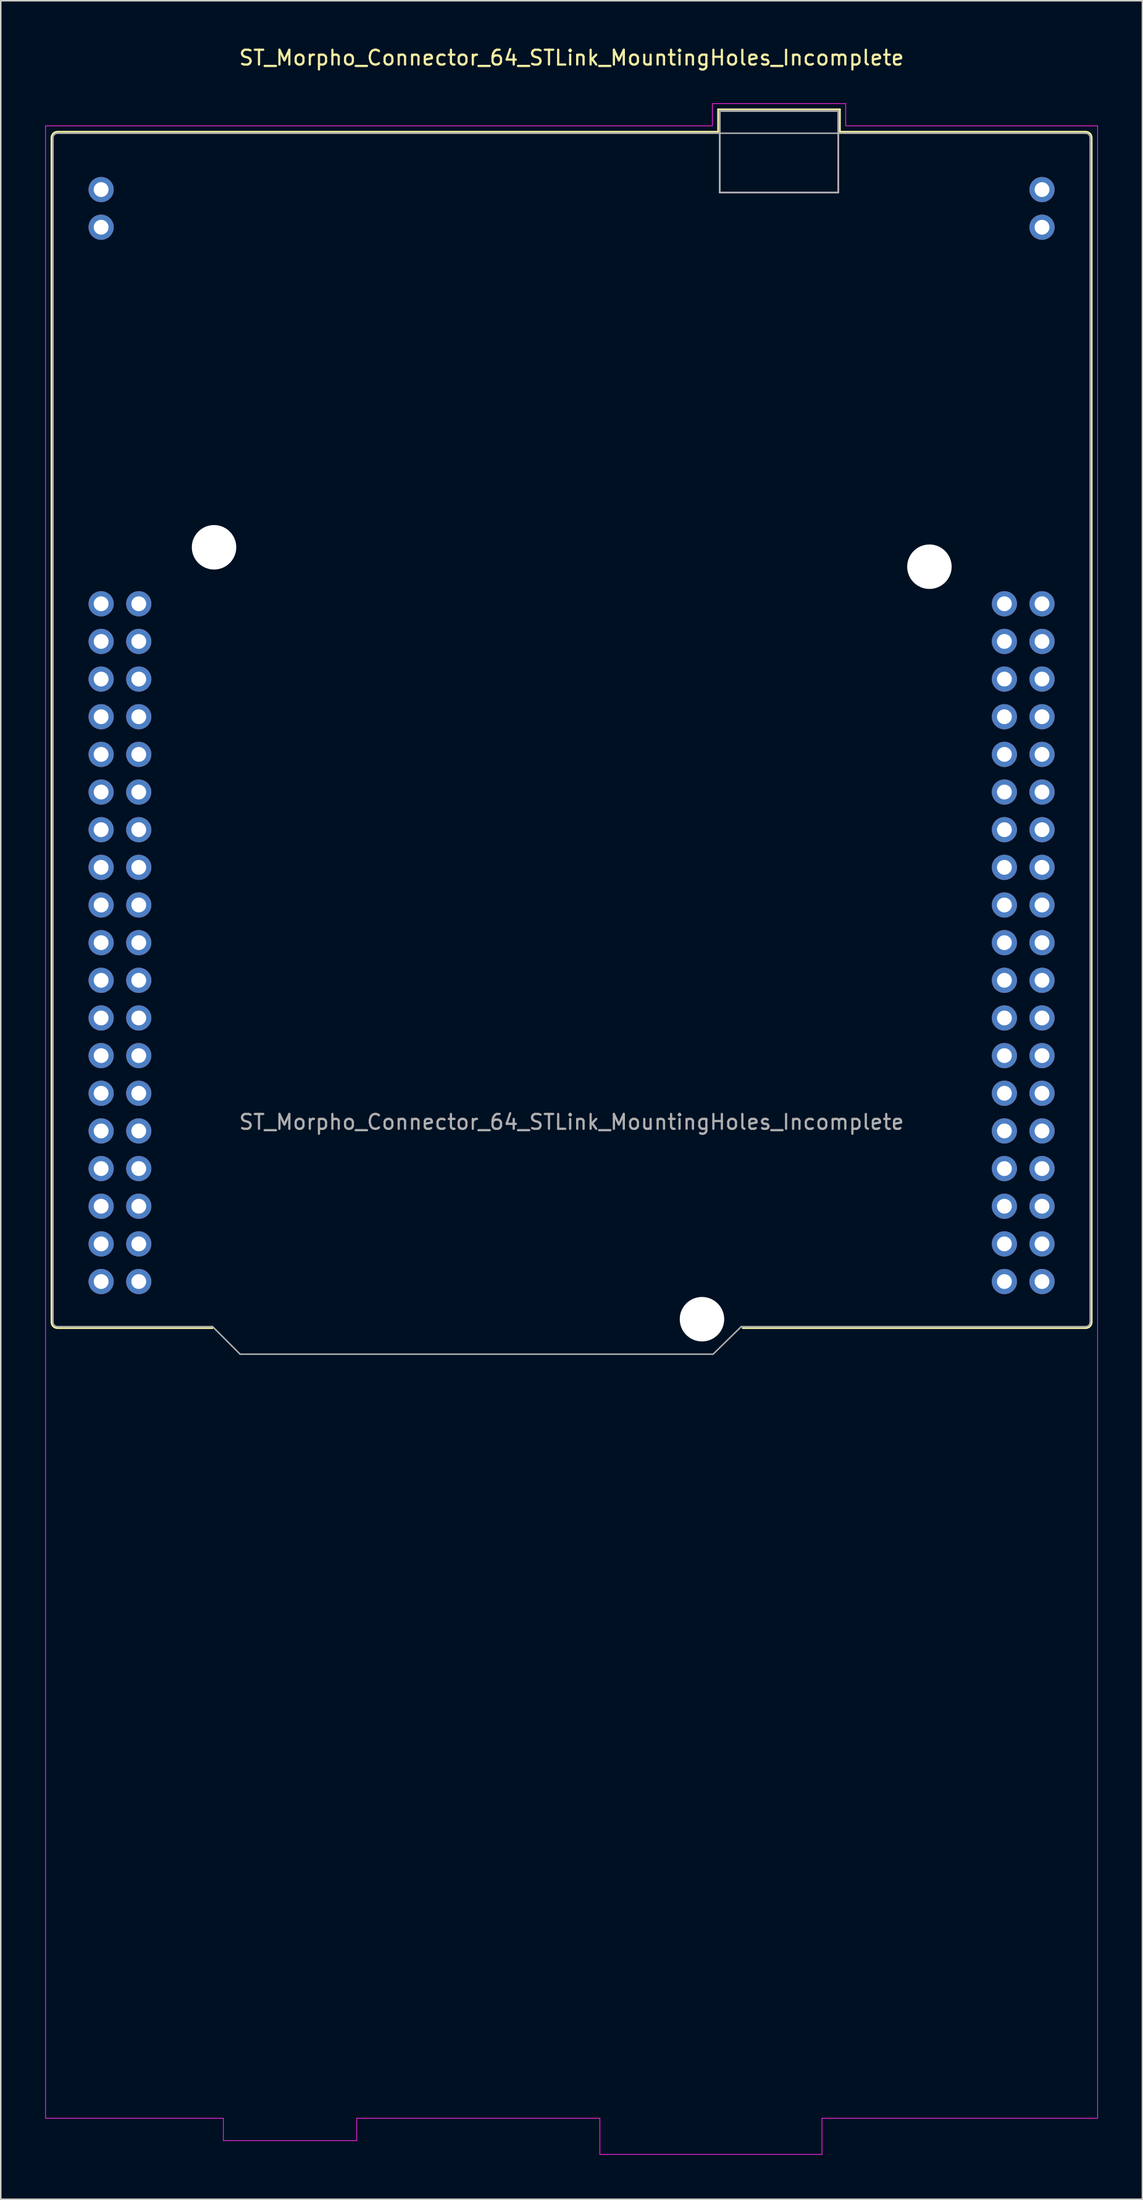
<source format=kicad_pcb>
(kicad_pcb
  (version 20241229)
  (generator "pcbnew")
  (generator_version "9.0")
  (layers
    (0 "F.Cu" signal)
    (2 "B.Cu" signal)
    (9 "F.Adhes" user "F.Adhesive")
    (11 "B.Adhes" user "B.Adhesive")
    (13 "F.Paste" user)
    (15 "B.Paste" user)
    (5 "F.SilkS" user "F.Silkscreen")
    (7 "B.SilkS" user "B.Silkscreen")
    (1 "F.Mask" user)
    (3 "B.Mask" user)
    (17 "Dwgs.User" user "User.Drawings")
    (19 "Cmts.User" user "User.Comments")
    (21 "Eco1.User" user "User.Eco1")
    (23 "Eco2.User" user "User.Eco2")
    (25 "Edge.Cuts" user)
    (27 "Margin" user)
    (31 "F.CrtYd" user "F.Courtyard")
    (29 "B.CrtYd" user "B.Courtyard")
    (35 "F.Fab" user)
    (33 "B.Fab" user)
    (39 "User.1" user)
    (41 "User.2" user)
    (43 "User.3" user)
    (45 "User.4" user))
  (footprint "ST_Morpho_Connector_64_STLink_MountingHoles_Incomplete"
    (layer "F.Cu")
    (at 3.775 83.398)
    (property "Reference" "ST_Morpho_Connector_64_STLink_MountingHoles_Incomplete" (at 31.75 -82.55 0) (layer "F.SilkS") (effects (font (size 1 1) (thickness 0.15))))
    (attr through_hole)
    (fp_line (start -3.35 -77.16) (end -3.35 2.74) (stroke (width 0.12) (type solid)) (layer "F.SilkS"))
    (fp_line (start 7.52 3.14) (end -2.95 3.14) (stroke (width 0.12) (type solid)) (layer "F.SilkS"))
    (fp_line (start 41.64 -79.07) (end 49.86 -79.07) (stroke (width 0.12) (type solid)) (layer "F.SilkS"))
    (fp_line (start 41.64 -77.56) (end -2.95 -77.56) (stroke (width 0.12) (type solid)) (layer "F.SilkS"))
    (fp_line (start 41.64 -77.56) (end 41.64 -79.07) (stroke (width 0.12) (type solid)) (layer "F.SilkS"))
    (fp_line (start 43.3 3.14) (end 66.45 3.14) (stroke (width 0.12) (type solid)) (layer "F.SilkS"))
    (fp_line (start 49.86 -79.07) (end 49.86 -77.56) (stroke (width 0.12) (type solid)) (layer "F.SilkS"))
    (fp_line (start 49.86 -77.56) (end 66.45 -77.56) (stroke (width 0.12) (type solid)) (layer "F.SilkS"))
    (fp_line (start 66.85 2.74) (end 66.85 -77.16) (stroke (width 0.12) (type solid)) (layer "F.SilkS"))
    (fp_arc (start -3.35 -77.16) (mid -3.232843 -77.442843) (end -2.95 -77.56) (stroke (width 0.12) (type solid)) (layer "F.SilkS"))
    (fp_arc (start -2.95 3.14) (mid -3.232843 3.022843) (end -3.35 2.74) (stroke (width 0.12) (type solid)) (layer "F.SilkS"))
    (fp_arc (start 66.45 -77.56) (mid 66.732843 -77.442843) (end 66.85 -77.16) (stroke (width 0.12) (type solid)) (layer "F.SilkS"))
    (fp_arc (start 66.85 2.74) (mid 66.732843 3.022843) (end 66.45 3.14) (stroke (width 0.12) (type solid)) (layer "F.SilkS"))
    (fp_line (start -3.75 -77.96) (end -3.75 56.44) (stroke (width 0.05) (type solid)) (layer "F.CrtYd"))
    (fp_line (start -3.75 56.44) (end 8.25 56.44) (stroke (width 0.05) (type solid)) (layer "F.CrtYd"))
    (fp_line (start 8.25 56.44) (end 8.25 57.95) (stroke (width 0.05) (type solid)) (layer "F.CrtYd"))
    (fp_line (start 8.25 57.95) (end 17.25 57.95) (stroke (width 0.05) (type solid)) (layer "F.CrtYd"))
    (fp_line (start 17.25 56.44) (end 17.25 57.95) (stroke (width 0.05) (type solid)) (layer "F.CrtYd"))
    (fp_line (start 17.25 56.44) (end 33.66 56.44) (stroke (width 0.05) (type solid)) (layer "F.CrtYd"))
    (fp_line (start 33.66 58.88) (end 33.66 56.44) (stroke (width 0.05) (type solid)) (layer "F.CrtYd"))
    (fp_line (start 33.66 58.88) (end 48.65 58.88) (stroke (width 0.05) (type solid)) (layer "F.CrtYd"))
    (fp_line (start 41.25 -79.46) (end 50.25 -79.46) (stroke (width 0.05) (type solid)) (layer "F.CrtYd"))
    (fp_line (start 41.25 -77.96) (end -3.75 -77.96) (stroke (width 0.05) (type solid)) (layer "F.CrtYd"))
    (fp_line (start 41.25 -77.96) (end 41.25 -79.46) (stroke (width 0.05) (type solid)) (layer "F.CrtYd"))
    (fp_line (start 48.65 56.44) (end 48.65 58.88) (stroke (width 0.05) (type solid)) (layer "F.CrtYd"))
    (fp_line (start 50.25 -77.96) (end 50.25 -79.46) (stroke (width 0.05) (type solid)) (layer "F.CrtYd"))
    (fp_line (start 50.25 -77.96) (end 67.25 -77.96) (stroke (width 0.05) (type solid)) (layer "F.CrtYd"))
    (fp_line (start 67.25 56.44) (end 48.65 56.44) (stroke (width 0.05) (type solid)) (layer "F.CrtYd"))
    (fp_line (start 67.25 56.44) (end 67.25 -77.96) (stroke (width 0.05) (type solid)) (layer "F.CrtYd"))
    (fp_line (start -3.25 2.74) (end -3.25 -77.16) (stroke (width 0.1) (type solid)) (layer "F.Fab"))
    (fp_line (start 7.52 3.04) (end -2.95 3.04) (stroke (width 0.1) (type solid)) (layer "F.Fab"))
    (fp_line (start 7.52 3.04) (end 9.38 4.9) (stroke (width 0.1) (type solid)) (layer "F.Fab"))
    (fp_line (start 9.38 4.9) (end 41.3 4.9) (stroke (width 0.1) (type solid)) (layer "F.Fab"))
    (fp_line (start 41.3 4.9) (end 43.2 3.04) (stroke (width 0.1) (type solid)) (layer "F.Fab"))
    (fp_line (start 41.75 -78.96) (end 49.75 -78.96) (stroke (width 0.12) (type solid)) (layer "F.Fab"))
    (fp_line (start 41.75 -73.46) (end 41.75 -78.96) (stroke (width 0.12) (type solid)) (layer "F.Fab"))
    (fp_line (start 41.75 -73.46) (end 49.75 -73.46) (stroke (width 0.12) (type solid)) (layer "F.Fab"))
    (fp_line (start 49.75 -78.96) (end 49.75 -73.46) (stroke (width 0.12) (type solid)) (layer "F.Fab"))
    (fp_line (start 66.45 -77.46) (end -2.95 -77.46) (stroke (width 0.1) (type solid)) (layer "F.Fab"))
    (fp_line (start 66.45 3.04) (end 43.2 3.04) (stroke (width 0.1) (type solid)) (layer "F.Fab"))
    (fp_line (start 66.75 2.74) (end 66.75 -77.16) (stroke (width 0.1) (type solid)) (layer "F.Fab"))
    (fp_arc (start -3.25 -77.16) (mid -3.162132 -77.372132) (end -2.95 -77.46) (stroke (width 0.1) (type solid)) (layer "F.Fab"))
    (fp_arc (start -2.95 3.04) (mid -3.162132 2.952132) (end -3.25 2.74) (stroke (width 0.1) (type solid)) (layer "F.Fab"))
    (fp_arc (start 66.45 -77.46) (mid 66.662132 -77.372132) (end 66.75 -77.16) (stroke (width 0.1) (type solid)) (layer "F.Fab"))
    (fp_arc (start 66.75 2.74) (mid 66.662132 2.952132) (end 66.45 3.04) (stroke (width 0.1) (type solid)) (layer "F.Fab"))
    (fp_text user "${REFERENCE}" (at 31.75 -10.76 0) (layer "F.Fab") (effects (font (size 1 1) (thickness 0.15))))
    (pad "" np_thru_hole circle (at 7.62 -49.53) (size 3 3) (drill 3) (layers "*.Cu" "*.Mask"))
    (pad "" np_thru_hole circle (at 40.55 2.54) (size 3 3) (drill 3) (layers "*.Cu" "*.Mask"))
    (pad "" np_thru_hole circle (at 55.9 -48.22) (size 3 3) (drill 3) (layers "*.Cu" "*.Mask"))
    (pad "1" thru_hole circle (at 0 -45.72) (size 1.7 1.7) (drill 1) (layers "*.Cu" "*.Mask"))
    (pad "2" thru_hole circle (at 2.54 -45.72) (size 1.7 1.7) (drill 1) (layers "*.Cu" "*.Mask"))
    (pad "3" thru_hole circle (at 0 -43.18) (size 1.7 1.7) (drill 1) (layers "*.Cu" "*.Mask"))
    (pad "4" thru_hole circle (at 2.54 -43.18) (size 1.7 1.7) (drill 1) (layers "*.Cu" "*.Mask"))
    (pad "5" thru_hole circle (at 0 -40.64) (size 1.7 1.7) (drill 1) (layers "*.Cu" "*.Mask"))
    (pad "6" thru_hole circle (at 2.54 -40.64) (size 1.7 1.7) (drill 1) (layers "*.Cu" "*.Mask"))
    (pad "7" thru_hole circle (at 0 -38.1) (size 1.7 1.7) (drill 1) (layers "*.Cu" "*.Mask"))
    (pad "8" thru_hole circle (at 2.54 -38.1) (size 1.7 1.7) (drill 1) (layers "*.Cu" "*.Mask"))
    (pad "9" thru_hole circle (at 0 -35.56) (size 1.7 1.7) (drill 1) (layers "*.Cu" "*.Mask"))
    (pad "10" thru_hole circle (at 2.54 -35.56) (size 1.7 1.7) (drill 1) (layers "*.Cu" "*.Mask"))
    (pad "11" thru_hole circle (at 0 -33.02) (size 1.7 1.7) (drill 1) (layers "*.Cu" "*.Mask"))
    (pad "12" thru_hole circle (at 2.54 -33.02) (size 1.7 1.7) (drill 1) (layers "*.Cu" "*.Mask"))
    (pad "13" thru_hole circle (at 0 -30.48) (size 1.7 1.7) (drill 1) (layers "*.Cu" "*.Mask"))
    (pad "14" thru_hole circle (at 2.54 -30.48) (size 1.7 1.7) (drill 1) (layers "*.Cu" "*.Mask"))
    (pad "15" thru_hole circle (at 0 -27.94) (size 1.7 1.7) (drill 1) (layers "*.Cu" "*.Mask"))
    (pad "16" thru_hole circle (at 2.54 -27.94) (size 1.7 1.7) (drill 1) (layers "*.Cu" "*.Mask"))
    (pad "17" thru_hole circle (at 0 -25.4) (size 1.7 1.7) (drill 1) (layers "*.Cu" "*.Mask"))
    (pad "18" thru_hole circle (at 2.54 -25.4) (size 1.7 1.7) (drill 1) (layers "*.Cu" "*.Mask"))
    (pad "19" thru_hole circle (at 0 -22.86) (size 1.7 1.7) (drill 1) (layers "*.Cu" "*.Mask"))
    (pad "20" thru_hole circle (at 2.54 -22.86) (size 1.7 1.7) (drill 1) (layers "*.Cu" "*.Mask"))
    (pad "21" thru_hole circle (at 0 -20.32) (size 1.7 1.7) (drill 1) (layers "*.Cu" "*.Mask"))
    (pad "22" thru_hole circle (at 2.54 -20.32) (size 1.7 1.7) (drill 1) (layers "*.Cu" "*.Mask"))
    (pad "23" thru_hole circle (at 0 -17.78) (size 1.7 1.7) (drill 1) (layers "*.Cu" "*.Mask"))
    (pad "24" thru_hole circle (at 2.54 -17.78) (size 1.7 1.7) (drill 1) (layers "*.Cu" "*.Mask"))
    (pad "25" thru_hole circle (at 0 -15.24) (size 1.7 1.7) (drill 1) (layers "*.Cu" "*.Mask"))
    (pad "26" thru_hole circle (at 2.54 -15.24) (size 1.7 1.7) (drill 1) (layers "*.Cu" "*.Mask"))
    (pad "27" thru_hole circle (at 0 -12.7) (size 1.7 1.7) (drill 1) (layers "*.Cu" "*.Mask"))
    (pad "28" thru_hole circle (at 2.54 -12.7) (size 1.7 1.7) (drill 1) (layers "*.Cu" "*.Mask"))
    (pad "29" thru_hole circle (at 0 -10.16) (size 1.7 1.7) (drill 1) (layers "*.Cu" "*.Mask"))
    (pad "30" thru_hole circle (at 2.54 -10.16) (size 1.7 1.7) (drill 1) (layers "*.Cu" "*.Mask"))
    (pad "31" thru_hole circle (at 0 -7.62) (size 1.7 1.7) (drill 1) (layers "*.Cu" "*.Mask"))
    (pad "32" thru_hole circle (at 2.54 -7.62) (size 1.7 1.7) (drill 1) (layers "*.Cu" "*.Mask"))
    (pad "33" thru_hole circle (at 0 -5.08) (size 1.7 1.7) (drill 1) (layers "*.Cu" "*.Mask"))
    (pad "34" thru_hole circle (at 2.54 -5.08) (size 1.7 1.7) (drill 1) (layers "*.Cu" "*.Mask"))
    (pad "35" thru_hole circle (at 0 -2.54) (size 1.7 1.7) (drill 1) (layers "*.Cu" "*.Mask"))
    (pad "36" thru_hole circle (at 2.54 -2.54) (size 1.7 1.7) (drill 1) (layers "*.Cu" "*.Mask"))
    (pad "37" thru_hole circle (at 0 0) (size 1.7 1.7) (drill 1) (layers "*.Cu" "*.Mask"))
    (pad "38" thru_hole circle (at 2.54 0) (size 1.7 1.7) (drill 1) (layers "*.Cu" "*.Mask"))
    (pad "39" thru_hole circle (at 60.96 -45.72) (size 1.7 1.7) (drill 1) (layers "*.Cu" "*.Mask"))
    (pad "40" thru_hole circle (at 63.5 -45.72) (size 1.7 1.7) (drill 1) (layers "*.Cu" "*.Mask"))
    (pad "41" thru_hole circle (at 60.96 -43.18) (size 1.7 1.7) (drill 1) (layers "*.Cu" "*.Mask"))
    (pad "42" thru_hole circle (at 63.5 -43.18) (size 1.7 1.7) (drill 1) (layers "*.Cu" "*.Mask"))
    (pad "43" thru_hole circle (at 60.96 -40.64) (size 1.7 1.7) (drill 1) (layers "*.Cu" "*.Mask"))
    (pad "44" thru_hole circle (at 63.5 -40.64) (size 1.7 1.7) (drill 1) (layers "*.Cu" "*.Mask"))
    (pad "45" thru_hole circle (at 60.96 -38.1) (size 1.7 1.7) (drill 1) (layers "*.Cu" "*.Mask"))
    (pad "46" thru_hole circle (at 63.5 -38.1) (size 1.7 1.7) (drill 1) (layers "*.Cu" "*.Mask"))
    (pad "47" thru_hole circle (at 60.96 -35.56) (size 1.7 1.7) (drill 1) (layers "*.Cu" "*.Mask"))
    (pad "48" thru_hole circle (at 63.5 -35.56) (size 1.7 1.7) (drill 1) (layers "*.Cu" "*.Mask"))
    (pad "49" thru_hole circle (at 60.96 -33.02) (size 1.7 1.7) (drill 1) (layers "*.Cu" "*.Mask"))
    (pad "50" thru_hole circle (at 63.5 -33.02) (size 1.7 1.7) (drill 1) (layers "*.Cu" "*.Mask"))
    (pad "51" thru_hole circle (at 60.96 -30.48) (size 1.7 1.7) (drill 1) (layers "*.Cu" "*.Mask"))
    (pad "52" thru_hole circle (at 63.5 -30.48) (size 1.7 1.7) (drill 1) (layers "*.Cu" "*.Mask"))
    (pad "53" thru_hole circle (at 60.96 -27.94) (size 1.7 1.7) (drill 1) (layers "*.Cu" "*.Mask"))
    (pad "54" thru_hole circle (at 63.5 -27.94) (size 1.7 1.7) (drill 1) (layers "*.Cu" "*.Mask"))
    (pad "55" thru_hole circle (at 60.96 -25.4) (size 1.7 1.7) (drill 1) (layers "*.Cu" "*.Mask"))
    (pad "56" thru_hole circle (at 63.5 -25.4) (size 1.7 1.7) (drill 1) (layers "*.Cu" "*.Mask"))
    (pad "57" thru_hole circle (at 60.96 -22.86) (size 1.7 1.7) (drill 1) (layers "*.Cu" "*.Mask"))
    (pad "58" thru_hole circle (at 63.5 -22.86) (size 1.7 1.7) (drill 1) (layers "*.Cu" "*.Mask"))
    (pad "59" thru_hole circle (at 60.96 -20.32) (size 1.7 1.7) (drill 1) (layers "*.Cu" "*.Mask"))
    (pad "60" thru_hole circle (at 63.5 -20.32) (size 1.7 1.7) (drill 1) (layers "*.Cu" "*.Mask"))
    (pad "61" thru_hole circle (at 60.96 -17.78) (size 1.7 1.7) (drill 1) (layers "*.Cu" "*.Mask"))
    (pad "62" thru_hole circle (at 63.5 -17.78) (size 1.7 1.7) (drill 1) (layers "*.Cu" "*.Mask"))
    (pad "63" thru_hole circle (at 60.96 -15.24) (size 1.7 1.7) (drill 1) (layers "*.Cu" "*.Mask"))
    (pad "64" thru_hole circle (at 63.5 -15.24) (size 1.7 1.7) (drill 1) (layers "*.Cu" "*.Mask"))
    (pad "65" thru_hole circle (at 60.96 -12.7) (size 1.7 1.7) (drill 1) (layers "*.Cu" "*.Mask"))
    (pad "66" thru_hole circle (at 63.5 -12.7) (size 1.7 1.7) (drill 1) (layers "*.Cu" "*.Mask"))
    (pad "67" thru_hole circle (at 60.96 -10.16) (size 1.7 1.7) (drill 1) (layers "*.Cu" "*.Mask"))
    (pad "68" thru_hole circle (at 63.5 -10.16) (size 1.7 1.7) (drill 1) (layers "*.Cu" "*.Mask"))
    (pad "69" thru_hole circle (at 60.96 -7.62) (size 1.7 1.7) (drill 1) (layers "*.Cu" "*.Mask"))
    (pad "70" thru_hole circle (at 63.5 -7.62) (size 1.7 1.7) (drill 1) (layers "*.Cu" "*.Mask"))
    (pad "71" thru_hole circle (at 60.96 -5.08) (size 1.7 1.7) (drill 1) (layers "*.Cu" "*.Mask"))
    (pad "72" thru_hole circle (at 63.5 -5.08) (size 1.7 1.7) (drill 1) (layers "*.Cu" "*.Mask"))
    (pad "73" thru_hole circle (at 60.96 -2.54) (size 1.7 1.7) (drill 1) (layers "*.Cu" "*.Mask"))
    (pad "74" thru_hole circle (at 63.5 -2.54) (size 1.7 1.7) (drill 1) (layers "*.Cu" "*.Mask"))
    (pad "75" thru_hole circle (at 60.96 0) (size 1.7 1.7) (drill 1) (layers "*.Cu" "*.Mask"))
    (pad "76" thru_hole circle (at 63.5 0) (size 1.7 1.7) (drill 1) (layers "*.Cu" "*.Mask"))
    (pad "77" thru_hole circle (at 0 -73.66) (size 1.7 1.7) (drill 1) (layers "*.Cu" "*.Mask"))
    (pad "78" thru_hole circle (at 0 -71.12) (size 1.7 1.7) (drill 1) (layers "*.Cu" "*.Mask"))
    (pad "79" thru_hole circle (at 63.5 -73.66) (size 1.7 1.7) (drill 1) (layers "*.Cu" "*.Mask"))
    (pad "80" thru_hole circle (at 63.5 -71.12) (size 1.7 1.7) (drill 1) (layers "*.Cu" "*.Mask")))
  (gr_rect
    (start -3 -3)
    (end 74.05 145.303)
    (stroke (width 0.1) (type default))
    (fill no)
    (layer "Edge.Cuts")))
</source>
